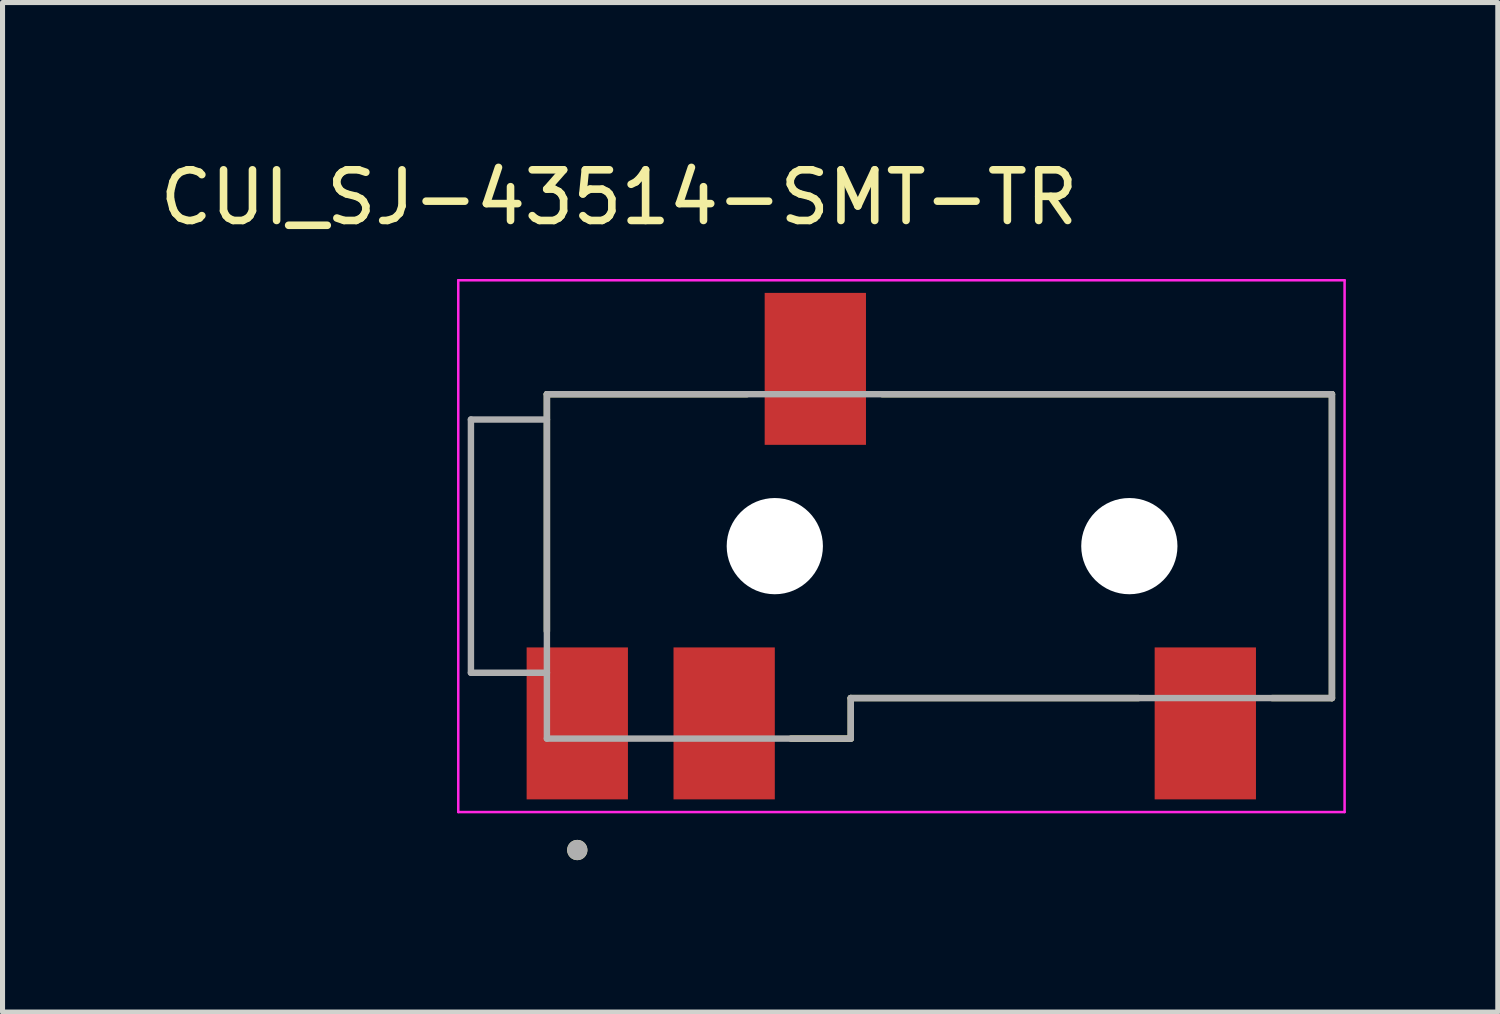
<source format=kicad_pcb>
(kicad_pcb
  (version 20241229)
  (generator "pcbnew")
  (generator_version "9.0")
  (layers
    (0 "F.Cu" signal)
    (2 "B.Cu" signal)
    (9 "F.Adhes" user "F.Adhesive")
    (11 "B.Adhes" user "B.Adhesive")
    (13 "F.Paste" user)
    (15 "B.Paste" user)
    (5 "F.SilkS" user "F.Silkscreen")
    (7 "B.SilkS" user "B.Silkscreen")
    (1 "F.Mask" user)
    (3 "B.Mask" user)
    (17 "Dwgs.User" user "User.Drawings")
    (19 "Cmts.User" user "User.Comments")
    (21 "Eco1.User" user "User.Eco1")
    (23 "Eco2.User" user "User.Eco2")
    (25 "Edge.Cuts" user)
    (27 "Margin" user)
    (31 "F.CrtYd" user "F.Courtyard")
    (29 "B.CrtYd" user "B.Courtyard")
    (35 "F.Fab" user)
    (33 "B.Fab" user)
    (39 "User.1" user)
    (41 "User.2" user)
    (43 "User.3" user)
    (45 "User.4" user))
  (footprint "CUI_SJ-43514-SMT-TR"
    (layer "F.Cu")
    (at 8.348 11.233)
    (property "Reference" "CUI_SJ-43514-SMT-TR" (at 0.825 -10.385 0) (layer "F.SilkS") (effects (font (size 1 1) (thickness 0.15))))
    (attr smd)
    (fp_line (start -0.6 -6.5) (end -0.6 -1.82) (stroke (width 0.127) (type solid)) (layer "F.SilkS"))
    (fp_line (start 3.35 -6.5) (end -0.6 -6.5) (stroke (width 0.127) (type solid)) (layer "F.SilkS"))
    (fp_line (start 4.22 0.3) (end 5.4 0.3) (stroke (width 0.127) (type solid)) (layer "F.SilkS"))
    (fp_line (start 5.4 -0.5) (end 11.08 -0.5) (stroke (width 0.127) (type solid)) (layer "F.SilkS"))
    (fp_line (start 5.4 0.3) (end 5.4 -0.5) (stroke (width 0.127) (type solid)) (layer "F.SilkS"))
    (fp_line (start 13.72 -0.5) (end 14.9 -0.5) (stroke (width 0.127) (type solid)) (layer "F.SilkS"))
    (fp_line (start 14.9 -6.5) (end 6.02 -6.5) (stroke (width 0.127) (type solid)) (layer "F.SilkS"))
    (fp_line (start 14.9 -0.5) (end 14.9 -6.5) (stroke (width 0.127) (type solid)) (layer "F.SilkS"))
    (fp_circle (center 0 2.5) (end 0.1 2.5) (stroke (width 0.2) (type solid)) (fill no) (layer "F.SilkS"))
    (fp_line (start -2.35 -8.75) (end -2.35 1.75) (stroke (width 0.05) (type solid)) (layer "F.CrtYd"))
    (fp_line (start -2.35 1.75) (end 15.15 1.75) (stroke (width 0.05) (type solid)) (layer "F.CrtYd"))
    (fp_line (start 15.15 -8.75) (end -2.35 -8.75) (stroke (width 0.05) (type solid)) (layer "F.CrtYd"))
    (fp_line (start 15.15 1.75) (end 15.15 -8.75) (stroke (width 0.05) (type solid)) (layer "F.CrtYd"))
    (fp_line (start -2.1 -6) (end -2.1 -1) (stroke (width 0.127) (type solid)) (layer "F.Fab"))
    (fp_line (start -2.1 -1) (end -0.6 -1) (stroke (width 0.127) (type solid)) (layer "F.Fab"))
    (fp_line (start -0.6 -6.5) (end -0.6 -6) (stroke (width 0.127) (type solid)) (layer "F.Fab"))
    (fp_line (start -0.6 -6) (end -2.1 -6) (stroke (width 0.127) (type solid)) (layer "F.Fab"))
    (fp_line (start -0.6 -6) (end -0.6 -1) (stroke (width 0.127) (type solid)) (layer "F.Fab"))
    (fp_line (start -0.6 -1) (end -0.6 0.3) (stroke (width 0.127) (type solid)) (layer "F.Fab"))
    (fp_line (start -0.6 0.3) (end 5.4 0.3) (stroke (width 0.127) (type solid)) (layer "F.Fab"))
    (fp_line (start 5.4 -0.5) (end 14.9 -0.5) (stroke (width 0.127) (type solid)) (layer "F.Fab"))
    (fp_line (start 5.4 0.3) (end 5.4 -0.5) (stroke (width 0.127) (type solid)) (layer "F.Fab"))
    (fp_line (start 14.9 -6.5) (end -0.6 -6.5) (stroke (width 0.127) (type solid)) (layer "F.Fab"))
    (fp_line (start 14.9 -0.5) (end 14.9 -6.5) (stroke (width 0.127) (type solid)) (layer "F.Fab"))
    (fp_circle (center 0 2.5) (end 0.1 2.5) (stroke (width 0.2) (type solid)) (fill no) (layer "F.Fab"))
    (pad "" np_thru_hole circle (at 3.9 -3.5) (size 1.9 1.9) (drill 1.9) (layers "*.Cu" "*.Mask"))
    (pad "" np_thru_hole circle (at 10.9 -3.5) (size 1.9 1.9) (drill 1.9) (layers "*.Cu" "*.Mask"))
    (pad "1" smd rect (at 0 0) (size 2 3) (layers "F.Cu" "F.Mask" "F.Paste"))
    (pad "2" smd rect (at 12.4 0) (size 2 3) (layers "F.Cu" "F.Mask" "F.Paste"))
    (pad "3" smd rect (at 4.7 -7) (size 2 3) (layers "F.Cu" "F.Mask" "F.Paste"))
    (pad "4" smd rect (at 2.9 0) (size 2 3) (layers "F.Cu" "F.Mask" "F.Paste")))
  (gr_rect
    (start -3 -3)
    (end 26.523 16.933)
    (stroke (width 0.1) (type default))
    (fill no)
    (layer "Edge.Cuts")))
</source>
